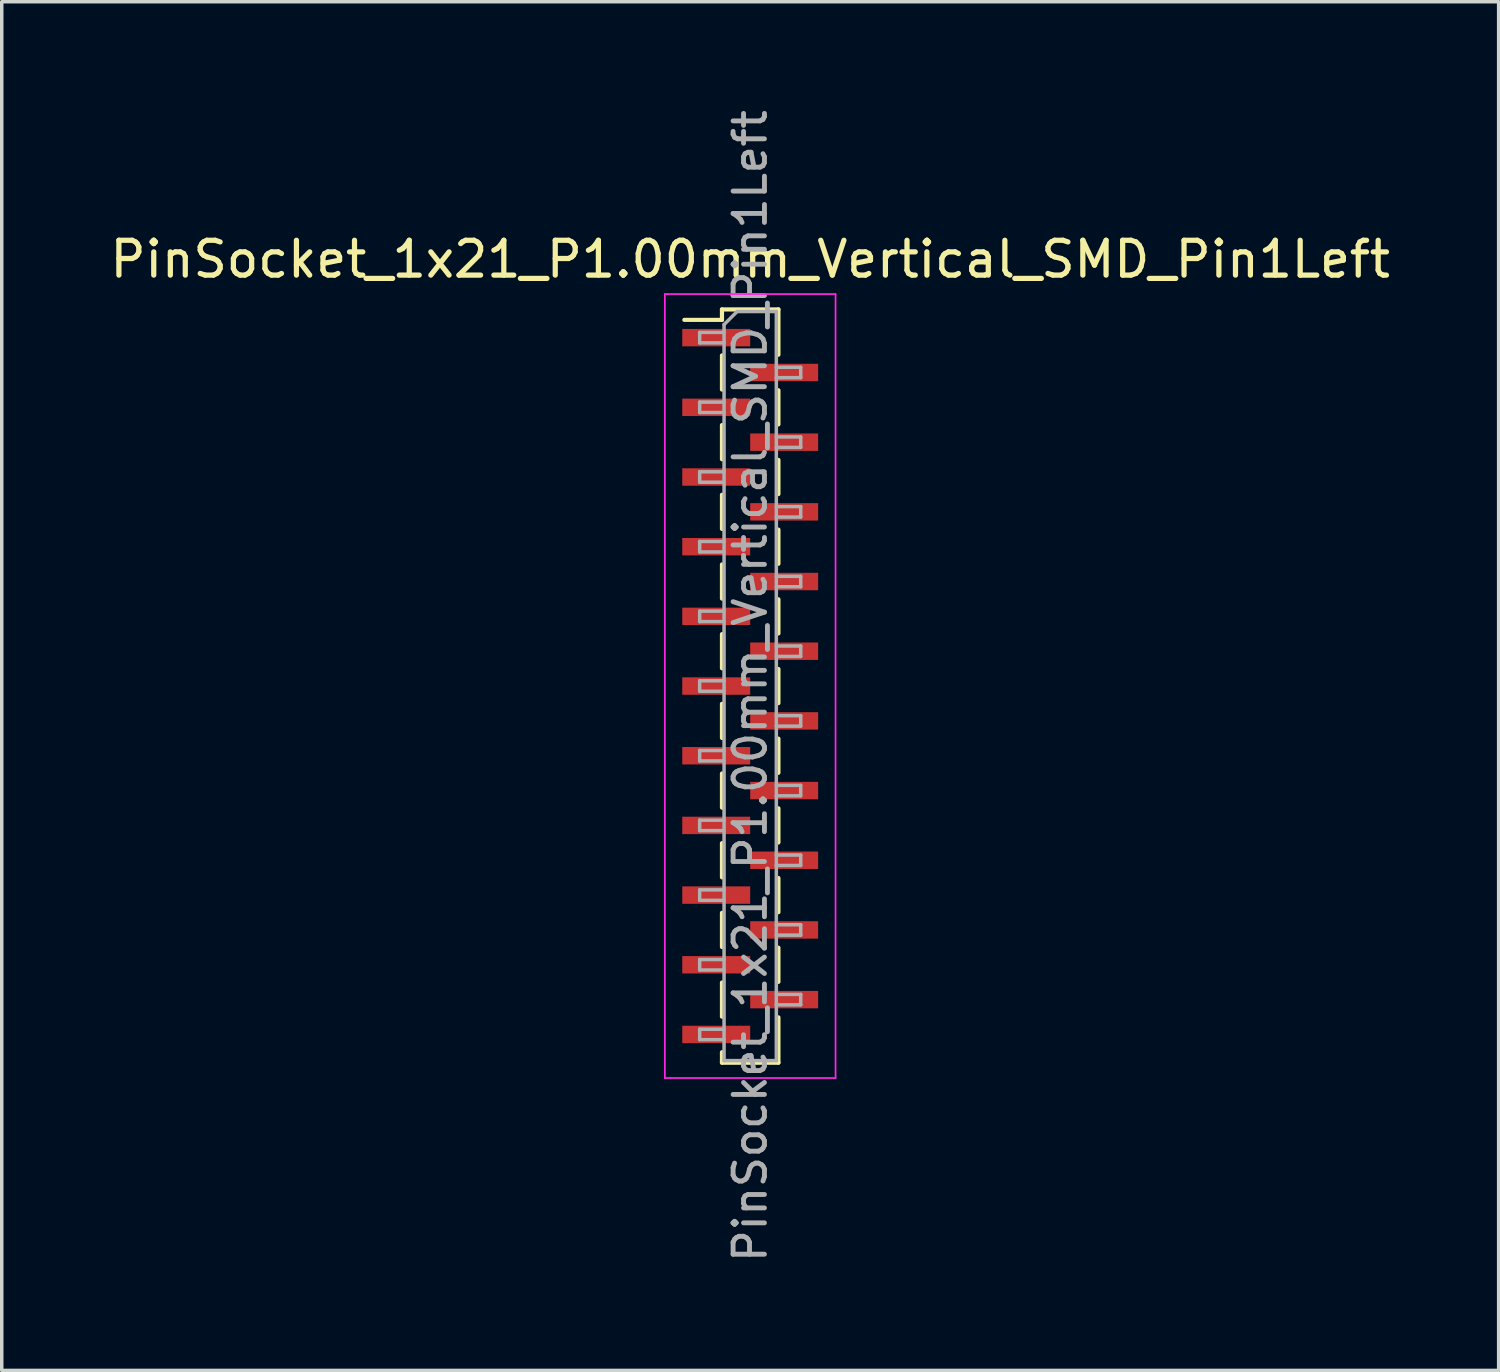
<source format=kicad_pcb>
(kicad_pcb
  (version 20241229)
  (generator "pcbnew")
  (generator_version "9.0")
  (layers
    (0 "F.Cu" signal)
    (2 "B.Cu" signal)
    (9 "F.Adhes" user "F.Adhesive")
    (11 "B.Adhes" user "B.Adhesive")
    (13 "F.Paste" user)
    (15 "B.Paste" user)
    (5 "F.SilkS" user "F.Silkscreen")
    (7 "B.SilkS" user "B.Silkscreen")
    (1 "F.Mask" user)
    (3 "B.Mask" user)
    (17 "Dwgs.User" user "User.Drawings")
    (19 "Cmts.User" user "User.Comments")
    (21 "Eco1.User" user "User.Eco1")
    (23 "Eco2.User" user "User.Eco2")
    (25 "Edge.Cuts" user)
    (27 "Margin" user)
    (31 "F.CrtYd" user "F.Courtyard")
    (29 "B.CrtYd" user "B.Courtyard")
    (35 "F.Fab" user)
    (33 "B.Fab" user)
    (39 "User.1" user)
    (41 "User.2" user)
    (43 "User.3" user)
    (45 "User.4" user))
  (footprint "PinSocket_1x21_P1.00mm_Vertical_SMD_Pin1Left"
    (layer "F.Cu")
    (at 18.482 16.641)
    (property "Reference" "PinSocket_1x21_P1.00mm_Vertical_SMD_Pin1Left" (at 0 -12.25 0) (layer "F.SilkS") (effects (font (size 1 1) (thickness 0.15))))
    (attr smd)
    (fp_line (start -1.89 -10.51) (end -0.81 -10.51) (stroke (width 0.12) (type solid)) (layer "F.SilkS"))
    (fp_line (start -0.81 -10.81) (end -0.81 -10.51) (stroke (width 0.12) (type solid)) (layer "F.SilkS"))
    (fp_line (start -0.81 -10.81) (end 0.81 -10.81) (stroke (width 0.12) (type solid)) (layer "F.SilkS"))
    (fp_line (start -0.81 -9.49) (end -0.81 -8.51) (stroke (width 0.12) (type solid)) (layer "F.SilkS"))
    (fp_line (start -0.81 -7.49) (end -0.81 -6.51) (stroke (width 0.12) (type solid)) (layer "F.SilkS"))
    (fp_line (start -0.81 -5.49) (end -0.81 -4.51) (stroke (width 0.12) (type solid)) (layer "F.SilkS"))
    (fp_line (start -0.81 -3.49) (end -0.81 -2.51) (stroke (width 0.12) (type solid)) (layer "F.SilkS"))
    (fp_line (start -0.81 -1.49) (end -0.81 -0.51) (stroke (width 0.12) (type solid)) (layer "F.SilkS"))
    (fp_line (start -0.81 0.51) (end -0.81 1.49) (stroke (width 0.12) (type solid)) (layer "F.SilkS"))
    (fp_line (start -0.81 2.51) (end -0.81 3.49) (stroke (width 0.12) (type solid)) (layer "F.SilkS"))
    (fp_line (start -0.81 4.51) (end -0.81 5.49) (stroke (width 0.12) (type solid)) (layer "F.SilkS"))
    (fp_line (start -0.81 6.51) (end -0.81 7.49) (stroke (width 0.12) (type solid)) (layer "F.SilkS"))
    (fp_line (start -0.81 8.51) (end -0.81 9.49) (stroke (width 0.12) (type solid)) (layer "F.SilkS"))
    (fp_line (start -0.81 10.51) (end -0.81 10.81) (stroke (width 0.12) (type solid)) (layer "F.SilkS"))
    (fp_line (start -0.81 10.81) (end 0.81 10.81) (stroke (width 0.12) (type solid)) (layer "F.SilkS"))
    (fp_line (start 0.81 -10.81) (end 0.81 -9.51) (stroke (width 0.12) (type solid)) (layer "F.SilkS"))
    (fp_line (start 0.81 -8.49) (end 0.81 -7.51) (stroke (width 0.12) (type solid)) (layer "F.SilkS"))
    (fp_line (start 0.81 -6.49) (end 0.81 -5.51) (stroke (width 0.12) (type solid)) (layer "F.SilkS"))
    (fp_line (start 0.81 -4.49) (end 0.81 -3.51) (stroke (width 0.12) (type solid)) (layer "F.SilkS"))
    (fp_line (start 0.81 -2.49) (end 0.81 -1.51) (stroke (width 0.12) (type solid)) (layer "F.SilkS"))
    (fp_line (start 0.81 -0.49) (end 0.81 0.49) (stroke (width 0.12) (type solid)) (layer "F.SilkS"))
    (fp_line (start 0.81 1.51) (end 0.81 2.49) (stroke (width 0.12) (type solid)) (layer "F.SilkS"))
    (fp_line (start 0.81 3.51) (end 0.81 4.49) (stroke (width 0.12) (type solid)) (layer "F.SilkS"))
    (fp_line (start 0.81 5.51) (end 0.81 6.49) (stroke (width 0.12) (type solid)) (layer "F.SilkS"))
    (fp_line (start 0.81 7.51) (end 0.81 8.49) (stroke (width 0.12) (type solid)) (layer "F.SilkS"))
    (fp_line (start 0.81 9.51) (end 0.81 10.81) (stroke (width 0.12) (type solid)) (layer "F.SilkS"))
    (fp_line (start -2.45 -11.25) (end 2.45 -11.25) (stroke (width 0.05) (type solid)) (layer "F.CrtYd"))
    (fp_line (start -2.45 11.25) (end -2.45 -11.25) (stroke (width 0.05) (type solid)) (layer "F.CrtYd"))
    (fp_line (start 2.45 -11.25) (end 2.45 11.25) (stroke (width 0.05) (type solid)) (layer "F.CrtYd"))
    (fp_line (start 2.45 11.25) (end -2.45 11.25) (stroke (width 0.05) (type solid)) (layer "F.CrtYd"))
    (fp_line (start -1.45 -10.15) (end -0.75 -10.15) (stroke (width 0.1) (type solid)) (layer "F.Fab"))
    (fp_line (start -1.45 -9.85) (end -1.45 -10.15) (stroke (width 0.1) (type solid)) (layer "F.Fab"))
    (fp_line (start -1.45 -8.15) (end -0.75 -8.15) (stroke (width 0.1) (type solid)) (layer "F.Fab"))
    (fp_line (start -1.45 -7.85) (end -1.45 -8.15) (stroke (width 0.1) (type solid)) (layer "F.Fab"))
    (fp_line (start -1.45 -6.15) (end -0.75 -6.15) (stroke (width 0.1) (type solid)) (layer "F.Fab"))
    (fp_line (start -1.45 -5.85) (end -1.45 -6.15) (stroke (width 0.1) (type solid)) (layer "F.Fab"))
    (fp_line (start -1.45 -4.15) (end -0.75 -4.15) (stroke (width 0.1) (type solid)) (layer "F.Fab"))
    (fp_line (start -1.45 -3.85) (end -1.45 -4.15) (stroke (width 0.1) (type solid)) (layer "F.Fab"))
    (fp_line (start -1.45 -2.15) (end -0.75 -2.15) (stroke (width 0.1) (type solid)) (layer "F.Fab"))
    (fp_line (start -1.45 -1.85) (end -1.45 -2.15) (stroke (width 0.1) (type solid)) (layer "F.Fab"))
    (fp_line (start -1.45 -0.15) (end -0.75 -0.15) (stroke (width 0.1) (type solid)) (layer "F.Fab"))
    (fp_line (start -1.45 0.15) (end -1.45 -0.15) (stroke (width 0.1) (type solid)) (layer "F.Fab"))
    (fp_line (start -1.45 1.85) (end -0.75 1.85) (stroke (width 0.1) (type solid)) (layer "F.Fab"))
    (fp_line (start -1.45 2.15) (end -1.45 1.85) (stroke (width 0.1) (type solid)) (layer "F.Fab"))
    (fp_line (start -1.45 3.85) (end -0.75 3.85) (stroke (width 0.1) (type solid)) (layer "F.Fab"))
    (fp_line (start -1.45 4.15) (end -1.45 3.85) (stroke (width 0.1) (type solid)) (layer "F.Fab"))
    (fp_line (start -1.45 5.85) (end -0.75 5.85) (stroke (width 0.1) (type solid)) (layer "F.Fab"))
    (fp_line (start -1.45 6.15) (end -1.45 5.85) (stroke (width 0.1) (type solid)) (layer "F.Fab"))
    (fp_line (start -1.45 7.85) (end -0.75 7.85) (stroke (width 0.1) (type solid)) (layer "F.Fab"))
    (fp_line (start -1.45 8.15) (end -1.45 7.85) (stroke (width 0.1) (type solid)) (layer "F.Fab"))
    (fp_line (start -1.45 9.85) (end -0.75 9.85) (stroke (width 0.1) (type solid)) (layer "F.Fab"))
    (fp_line (start -1.45 10.15) (end -1.45 9.85) (stroke (width 0.1) (type solid)) (layer "F.Fab"))
    (fp_line (start -0.75 -10.375) (end -0.375 -10.75) (stroke (width 0.1) (type solid)) (layer "F.Fab"))
    (fp_line (start -0.75 -9.85) (end -1.45 -9.85) (stroke (width 0.1) (type solid)) (layer "F.Fab"))
    (fp_line (start -0.75 -7.85) (end -1.45 -7.85) (stroke (width 0.1) (type solid)) (layer "F.Fab"))
    (fp_line (start -0.75 -5.85) (end -1.45 -5.85) (stroke (width 0.1) (type solid)) (layer "F.Fab"))
    (fp_line (start -0.75 -3.85) (end -1.45 -3.85) (stroke (width 0.1) (type solid)) (layer "F.Fab"))
    (fp_line (start -0.75 -1.85) (end -1.45 -1.85) (stroke (width 0.1) (type solid)) (layer "F.Fab"))
    (fp_line (start -0.75 0.15) (end -1.45 0.15) (stroke (width 0.1) (type solid)) (layer "F.Fab"))
    (fp_line (start -0.75 2.15) (end -1.45 2.15) (stroke (width 0.1) (type solid)) (layer "F.Fab"))
    (fp_line (start -0.75 4.15) (end -1.45 4.15) (stroke (width 0.1) (type solid)) (layer "F.Fab"))
    (fp_line (start -0.75 6.15) (end -1.45 6.15) (stroke (width 0.1) (type solid)) (layer "F.Fab"))
    (fp_line (start -0.75 8.15) (end -1.45 8.15) (stroke (width 0.1) (type solid)) (layer "F.Fab"))
    (fp_line (start -0.75 10.15) (end -1.45 10.15) (stroke (width 0.1) (type solid)) (layer "F.Fab"))
    (fp_line (start -0.75 10.75) (end -0.75 -10.375) (stroke (width 0.1) (type solid)) (layer "F.Fab"))
    (fp_line (start -0.375 -10.75) (end 0.75 -10.75) (stroke (width 0.1) (type solid)) (layer "F.Fab"))
    (fp_line (start 0.75 -10.75) (end 0.75 10.75) (stroke (width 0.1) (type solid)) (layer "F.Fab"))
    (fp_line (start 0.75 -9.15) (end 1.45 -9.15) (stroke (width 0.1) (type solid)) (layer "F.Fab"))
    (fp_line (start 0.75 -7.15) (end 1.45 -7.15) (stroke (width 0.1) (type solid)) (layer "F.Fab"))
    (fp_line (start 0.75 -5.15) (end 1.45 -5.15) (stroke (width 0.1) (type solid)) (layer "F.Fab"))
    (fp_line (start 0.75 -3.15) (end 1.45 -3.15) (stroke (width 0.1) (type solid)) (layer "F.Fab"))
    (fp_line (start 0.75 -1.15) (end 1.45 -1.15) (stroke (width 0.1) (type solid)) (layer "F.Fab"))
    (fp_line (start 0.75 0.85) (end 1.45 0.85) (stroke (width 0.1) (type solid)) (layer "F.Fab"))
    (fp_line (start 0.75 2.85) (end 1.45 2.85) (stroke (width 0.1) (type solid)) (layer "F.Fab"))
    (fp_line (start 0.75 4.85) (end 1.45 4.85) (stroke (width 0.1) (type solid)) (layer "F.Fab"))
    (fp_line (start 0.75 6.85) (end 1.45 6.85) (stroke (width 0.1) (type solid)) (layer "F.Fab"))
    (fp_line (start 0.75 8.85) (end 1.45 8.85) (stroke (width 0.1) (type solid)) (layer "F.Fab"))
    (fp_line (start 0.75 10.75) (end -0.75 10.75) (stroke (width 0.1) (type solid)) (layer "F.Fab"))
    (fp_line (start 1.45 -9.15) (end 1.45 -8.85) (stroke (width 0.1) (type solid)) (layer "F.Fab"))
    (fp_line (start 1.45 -8.85) (end 0.75 -8.85) (stroke (width 0.1) (type solid)) (layer "F.Fab"))
    (fp_line (start 1.45 -7.15) (end 1.45 -6.85) (stroke (width 0.1) (type solid)) (layer "F.Fab"))
    (fp_line (start 1.45 -6.85) (end 0.75 -6.85) (stroke (width 0.1) (type solid)) (layer "F.Fab"))
    (fp_line (start 1.45 -5.15) (end 1.45 -4.85) (stroke (width 0.1) (type solid)) (layer "F.Fab"))
    (fp_line (start 1.45 -4.85) (end 0.75 -4.85) (stroke (width 0.1) (type solid)) (layer "F.Fab"))
    (fp_line (start 1.45 -3.15) (end 1.45 -2.85) (stroke (width 0.1) (type solid)) (layer "F.Fab"))
    (fp_line (start 1.45 -2.85) (end 0.75 -2.85) (stroke (width 0.1) (type solid)) (layer "F.Fab"))
    (fp_line (start 1.45 -1.15) (end 1.45 -0.85) (stroke (width 0.1) (type solid)) (layer "F.Fab"))
    (fp_line (start 1.45 -0.85) (end 0.75 -0.85) (stroke (width 0.1) (type solid)) (layer "F.Fab"))
    (fp_line (start 1.45 0.85) (end 1.45 1.15) (stroke (width 0.1) (type solid)) (layer "F.Fab"))
    (fp_line (start 1.45 1.15) (end 0.75 1.15) (stroke (width 0.1) (type solid)) (layer "F.Fab"))
    (fp_line (start 1.45 2.85) (end 1.45 3.15) (stroke (width 0.1) (type solid)) (layer "F.Fab"))
    (fp_line (start 1.45 3.15) (end 0.75 3.15) (stroke (width 0.1) (type solid)) (layer "F.Fab"))
    (fp_line (start 1.45 4.85) (end 1.45 5.15) (stroke (width 0.1) (type solid)) (layer "F.Fab"))
    (fp_line (start 1.45 5.15) (end 0.75 5.15) (stroke (width 0.1) (type solid)) (layer "F.Fab"))
    (fp_line (start 1.45 6.85) (end 1.45 7.15) (stroke (width 0.1) (type solid)) (layer "F.Fab"))
    (fp_line (start 1.45 7.15) (end 0.75 7.15) (stroke (width 0.1) (type solid)) (layer "F.Fab"))
    (fp_line (start 1.45 8.85) (end 1.45 9.15) (stroke (width 0.1) (type solid)) (layer "F.Fab"))
    (fp_line (start 1.45 9.15) (end 0.75 9.15) (stroke (width 0.1) (type solid)) (layer "F.Fab"))
    (fp_text user "${REFERENCE}" (at 0 0 90) (layer "F.Fab") (effects (font (size 0.9 0.9) (thickness 0.14))))
    (pad "1" smd rect (at -0.975 -10) (size 1.95 0.5) (layers "F.Cu" "F.Mask" "F.Paste"))
    (pad "2" smd rect (at 0.975 -9) (size 1.95 0.5) (layers "F.Cu" "F.Mask" "F.Paste"))
    (pad "3" smd rect (at -0.975 -8) (size 1.95 0.5) (layers "F.Cu" "F.Mask" "F.Paste"))
    (pad "4" smd rect (at 0.975 -7) (size 1.95 0.5) (layers "F.Cu" "F.Mask" "F.Paste"))
    (pad "5" smd rect (at -0.975 -6) (size 1.95 0.5) (layers "F.Cu" "F.Mask" "F.Paste"))
    (pad "6" smd rect (at 0.975 -5) (size 1.95 0.5) (layers "F.Cu" "F.Mask" "F.Paste"))
    (pad "7" smd rect (at -0.975 -4) (size 1.95 0.5) (layers "F.Cu" "F.Mask" "F.Paste"))
    (pad "8" smd rect (at 0.975 -3) (size 1.95 0.5) (layers "F.Cu" "F.Mask" "F.Paste"))
    (pad "9" smd rect (at -0.975 -2) (size 1.95 0.5) (layers "F.Cu" "F.Mask" "F.Paste"))
    (pad "10" smd rect (at 0.975 -1) (size 1.95 0.5) (layers "F.Cu" "F.Mask" "F.Paste"))
    (pad "11" smd rect (at -0.975 0) (size 1.95 0.5) (layers "F.Cu" "F.Mask" "F.Paste"))
    (pad "12" smd rect (at 0.975 1) (size 1.95 0.5) (layers "F.Cu" "F.Mask" "F.Paste"))
    (pad "13" smd rect (at -0.975 2) (size 1.95 0.5) (layers "F.Cu" "F.Mask" "F.Paste"))
    (pad "14" smd rect (at 0.975 3) (size 1.95 0.5) (layers "F.Cu" "F.Mask" "F.Paste"))
    (pad "15" smd rect (at -0.975 4) (size 1.95 0.5) (layers "F.Cu" "F.Mask" "F.Paste"))
    (pad "16" smd rect (at 0.975 5) (size 1.95 0.5) (layers "F.Cu" "F.Mask" "F.Paste"))
    (pad "17" smd rect (at -0.975 6) (size 1.95 0.5) (layers "F.Cu" "F.Mask" "F.Paste"))
    (pad "18" smd rect (at 0.975 7) (size 1.95 0.5) (layers "F.Cu" "F.Mask" "F.Paste"))
    (pad "19" smd rect (at -0.975 8) (size 1.95 0.5) (layers "F.Cu" "F.Mask" "F.Paste"))
    (pad "20" smd rect (at 0.975 9) (size 1.95 0.5) (layers "F.Cu" "F.Mask" "F.Paste"))
    (pad "21" smd rect (at -0.975 10) (size 1.95 0.5) (layers "F.Cu" "F.Mask" "F.Paste")))
  (gr_rect
    (start -3 -3)
    (end 39.964 36.283)
    (stroke (width 0.1) (type default))
    (fill no)
    (layer "Edge.Cuts")))
</source>
